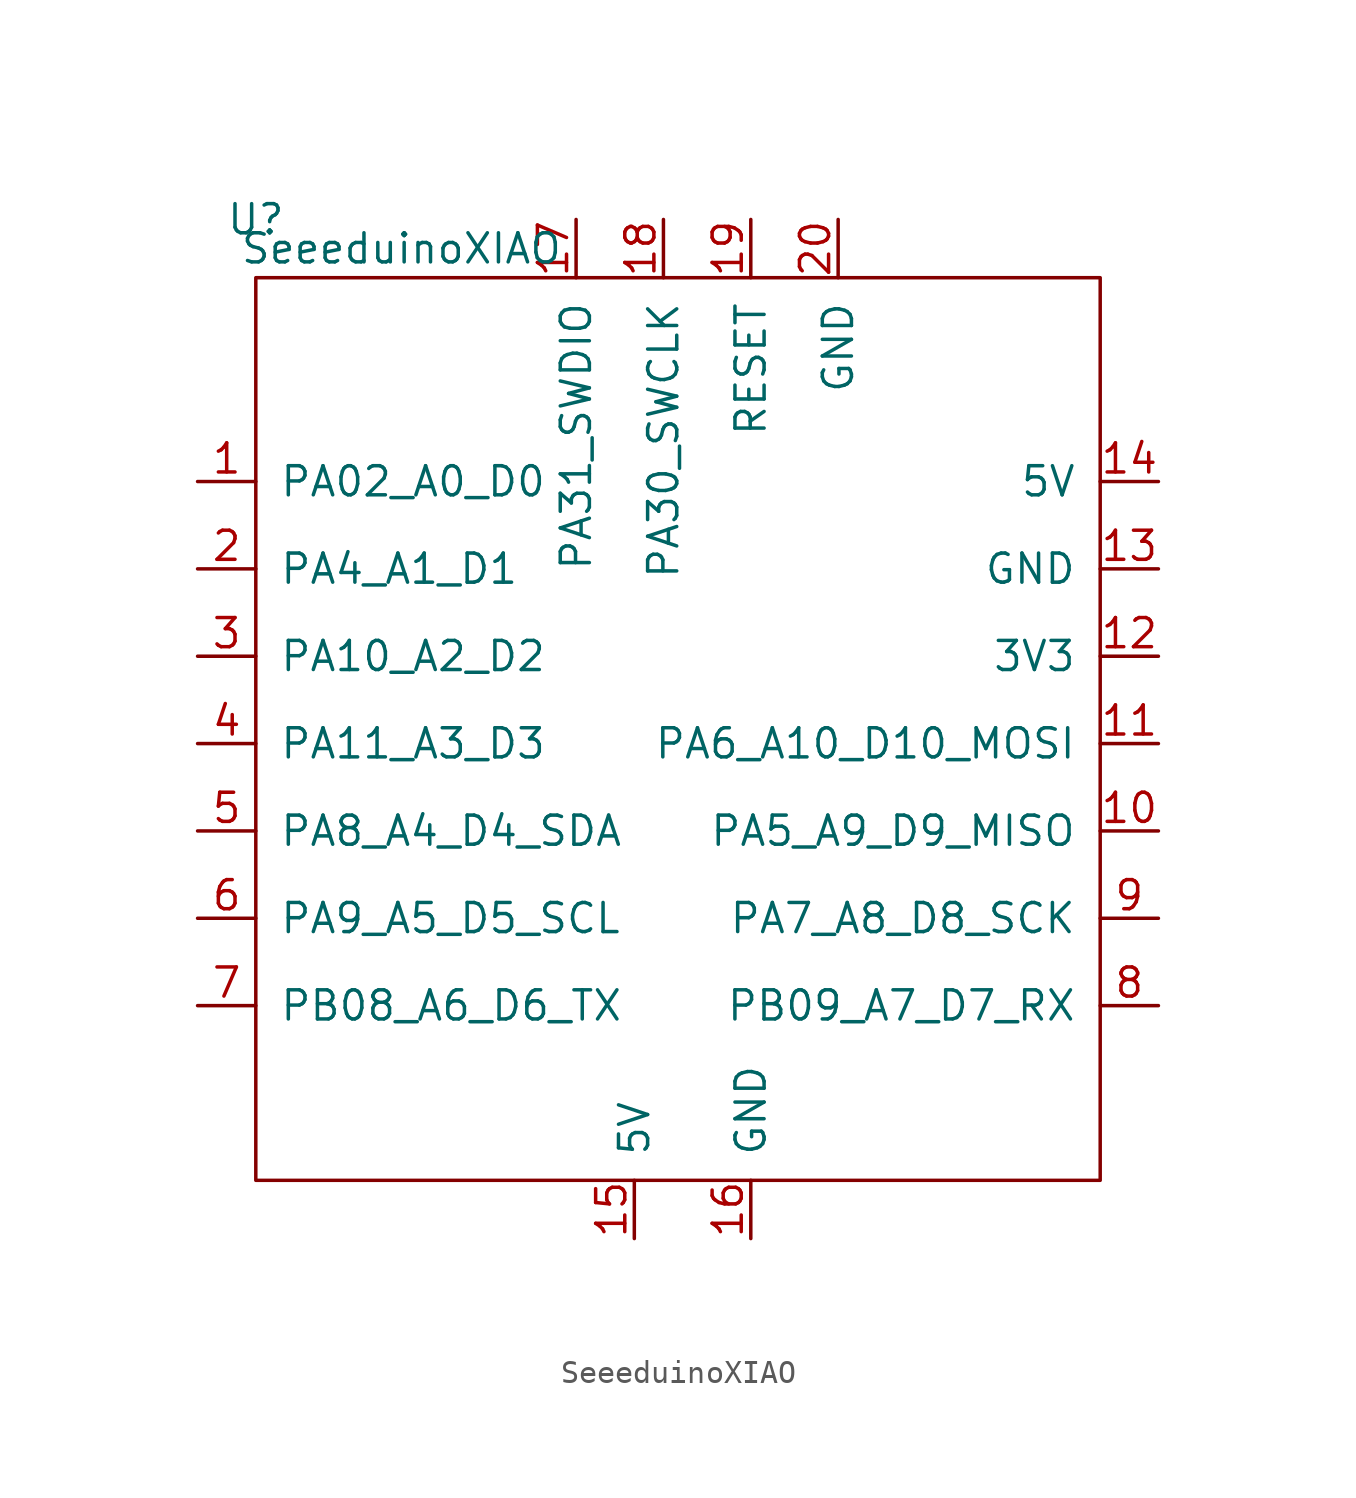
<source format=kicad_sym>
(kicad_symbol_lib
  (version 20231120)
  (generator "kicad_symbol_editor")
  (generator_version "8.0")
  (symbol "SeeeduinoXIAO"
    (pin_names
      (offset 1.016))
    (property "Reference" "U"
      (at -19.05 22.86 0)
      (effects (font (size 1.27 1.27))))
    (property "Value" "SeeeduinoXIAO"
      (at -12.7 21.59 0)
      (effects (font (size 1.27 1.27))))
    (symbol "SeeeduinoXIAO_0_1"
      (rectangle (start -19.05 20.32) (end 17.78 -19.05) (stroke (width 0) (type solid)) (fill (type none))))
    (symbol "SeeeduinoXIAO_1_1"
      (pin passive line (at -21.59 11.43 0) (length 2.54) (name "PA02_A0_D0" (effects (font (size 1.27 1.27)))) (number "1" (effects (font (size 1.27 1.27)))))
      (pin passive line (at 20.32 -3.81 180) (length 2.54) (name "PA5_A9_D9_MISO" (effects (font (size 1.27 1.27)))) (number "10" (effects (font (size 1.27 1.27)))))
      (pin passive line (at 20.32 0 180) (length 2.54) (name "PA6_A10_D10_MOSI" (effects (font (size 1.27 1.27)))) (number "11" (effects (font (size 1.27 1.27)))))
      (pin power_out line (at 20.32 3.81 180) (length 2.54) (name "3V3" (effects (font (size 1.27 1.27)))) (number "12" (effects (font (size 1.27 1.27)))))
      (pin power_in line (at 20.32 7.62 180) (length 2.54) (name "GND" (effects (font (size 1.27 1.27)))) (number "13" (effects (font (size 1.27 1.27)))))
      (pin power_in line (at 20.32 11.43 180) (length 2.54) (name "5V" (effects (font (size 1.27 1.27)))) (number "14" (effects (font (size 1.27 1.27)))))
      (pin power_in line (at -2.54 -21.59 90) (length 2.54) (name "5V" (effects (font (size 1.27 1.27)))) (number "15" (effects (font (size 1.27 1.27)))))
      (pin power_in line (at 2.54 -21.59 90) (length 2.54) (name "GND" (effects (font (size 1.27 1.27)))) (number "16" (effects (font (size 1.27 1.27)))))
      (pin input line (at -5.08 22.86 270) (length 2.54) (name "PA31_SWDIO" (effects (font (size 1.27 1.27)))) (number "17" (effects (font (size 1.27 1.27)))))
      (pin input line (at -1.27 22.86 270) (length 2.54) (name "PA30_SWCLK" (effects (font (size 1.27 1.27)))) (number "18" (effects (font (size 1.27 1.27)))))
      (pin input line (at 2.54 22.86 270) (length 2.54) (name "RESET" (effects (font (size 1.27 1.27)))) (number "19" (effects (font (size 1.27 1.27)))))
      (pin passive line (at -21.59 7.62 0) (length 2.54) (name "PA4_A1_D1" (effects (font (size 1.27 1.27)))) (number "2" (effects (font (size 1.27 1.27)))))
      (pin input line (at 6.35 22.86 270) (length 2.54) (name "GND" (effects (font (size 1.27 1.27)))) (number "20" (effects (font (size 1.27 1.27)))))
      (pin passive line (at -21.59 3.81 0) (length 2.54) (name "PA10_A2_D2" (effects (font (size 1.27 1.27)))) (number "3" (effects (font (size 1.27 1.27)))))
      (pin passive line (at -21.59 0 0) (length 2.54) (name "PA11_A3_D3" (effects (font (size 1.27 1.27)))) (number "4" (effects (font (size 1.27 1.27)))))
      (pin passive line (at -21.59 -3.81 0) (length 2.54) (name "PA8_A4_D4_SDA" (effects (font (size 1.27 1.27)))) (number "5" (effects (font (size 1.27 1.27)))))
      (pin passive line (at -21.59 -7.62 0) (length 2.54) (name "PA9_A5_D5_SCL" (effects (font (size 1.27 1.27)))) (number "6" (effects (font (size 1.27 1.27)))))
      (pin passive line (at -21.59 -11.43 0) (length 2.54) (name "PB08_A6_D6_TX" (effects (font (size 1.27 1.27)))) (number "7" (effects (font (size 1.27 1.27)))))
      (pin passive line (at 20.32 -11.43 180) (length 2.54) (name "PB09_A7_D7_RX" (effects (font (size 1.27 1.27)))) (number "8" (effects (font (size 1.27 1.27)))))
      (pin passive line (at 20.32 -7.62 180) (length 2.54) (name "PA7_A8_D8_SCK" (effects (font (size 1.27 1.27)))) (number "9" (effects (font (size 1.27 1.27))))))))
</source>
